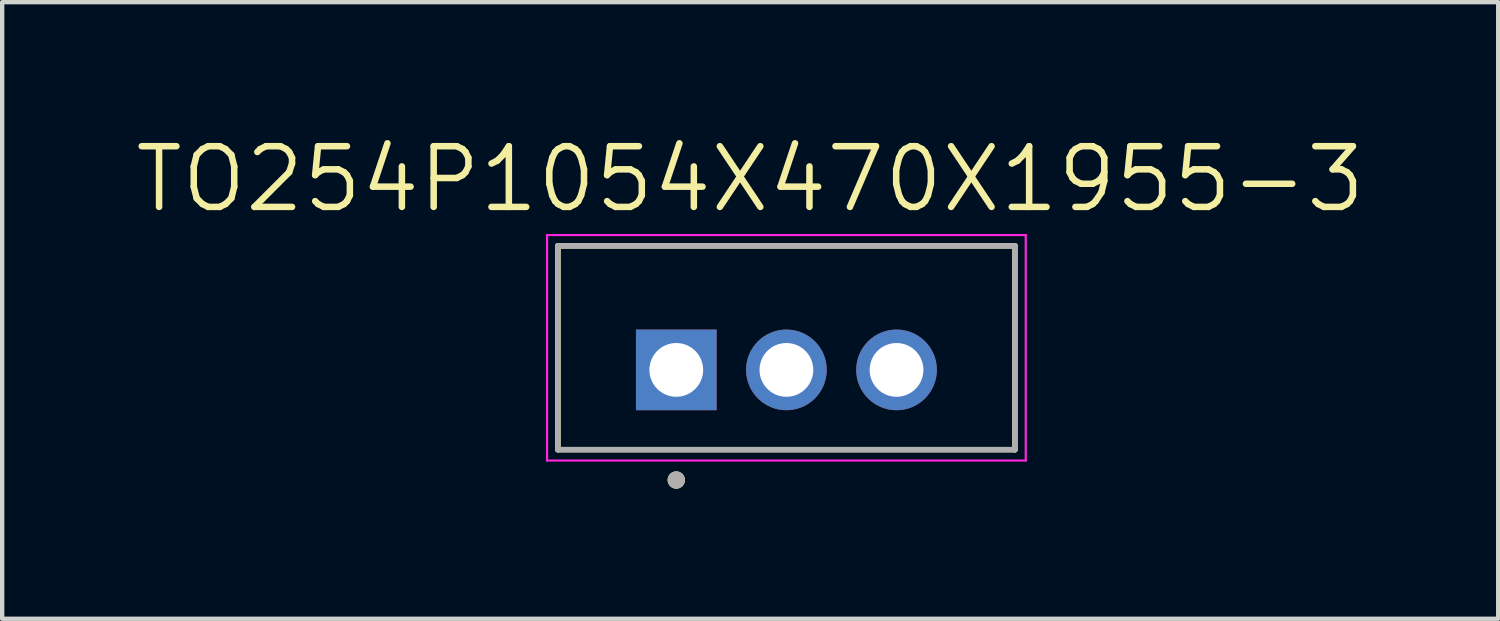
<source format=kicad_pcb>
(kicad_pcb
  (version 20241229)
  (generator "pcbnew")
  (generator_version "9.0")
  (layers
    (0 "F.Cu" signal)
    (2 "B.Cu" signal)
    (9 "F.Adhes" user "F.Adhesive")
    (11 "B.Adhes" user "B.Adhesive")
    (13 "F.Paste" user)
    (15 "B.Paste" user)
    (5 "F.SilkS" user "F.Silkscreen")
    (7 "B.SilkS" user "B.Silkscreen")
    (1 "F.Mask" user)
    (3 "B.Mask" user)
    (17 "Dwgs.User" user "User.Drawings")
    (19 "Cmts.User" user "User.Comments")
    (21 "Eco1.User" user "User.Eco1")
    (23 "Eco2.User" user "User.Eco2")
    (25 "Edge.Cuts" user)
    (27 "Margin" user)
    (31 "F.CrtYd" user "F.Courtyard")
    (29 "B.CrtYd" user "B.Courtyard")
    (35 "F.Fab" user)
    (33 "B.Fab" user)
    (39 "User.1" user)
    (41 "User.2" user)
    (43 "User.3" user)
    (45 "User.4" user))
  (footprint "TO254P1054X470X1955-3"
    (layer "F.Cu")
    (at 15.087 5.481)
    (property "Reference" "TO254P1054X470X1955-3" (at -0.835 -4.399 0) (layer "F.SilkS") (effects (font (size 1.4 1.4) (thickness 0.15))))
    (attr through_hole)
    (fp_line (start -5.27 -2.86) (end -5.27 1.84) (stroke (width 0.127) (type solid)) (layer "F.SilkS"))
    (fp_line (start -5.27 1.84) (end 5.27 1.84) (stroke (width 0.127) (type solid)) (layer "F.SilkS"))
    (fp_line (start 5.27 -2.86) (end -5.27 -2.86) (stroke (width 0.127) (type solid)) (layer "F.SilkS"))
    (fp_line (start 5.27 1.84) (end 5.27 -2.86) (stroke (width 0.127) (type solid)) (layer "F.SilkS"))
    (fp_circle (center -2.54 2.54) (end -2.44 2.54) (stroke (width 0.2) (type solid)) (fill no) (layer "F.SilkS"))
    (fp_line (start -5.52 -3.11) (end -5.52 2.09) (stroke (width 0.05) (type solid)) (layer "F.CrtYd"))
    (fp_line (start -5.52 2.09) (end 5.52 2.09) (stroke (width 0.05) (type solid)) (layer "F.CrtYd"))
    (fp_line (start 5.52 -3.11) (end -5.52 -3.11) (stroke (width 0.05) (type solid)) (layer "F.CrtYd"))
    (fp_line (start 5.52 2.09) (end 5.52 -3.11) (stroke (width 0.05) (type solid)) (layer "F.CrtYd"))
    (fp_line (start -5.27 -2.86) (end -5.27 1.84) (stroke (width 0.127) (type solid)) (layer "F.Fab"))
    (fp_line (start -5.27 1.84) (end 5.27 1.84) (stroke (width 0.127) (type solid)) (layer "F.Fab"))
    (fp_line (start 5.27 -2.86) (end -5.27 -2.86) (stroke (width 0.127) (type solid)) (layer "F.Fab"))
    (fp_line (start 5.27 1.84) (end 5.27 -2.86) (stroke (width 0.127) (type solid)) (layer "F.Fab"))
    (fp_circle (center -2.54 2.54) (end -2.44 2.54) (stroke (width 0.2) (type solid)) (fill no) (layer "F.Fab"))
    (pad "1" thru_hole rect (at -2.54 0) (size 1.86 1.86) (drill 1.24) (layers "*.Cu" "*.Mask"))
    (pad "2" thru_hole circle (at 0 0) (size 1.86 1.86) (drill 1.24) (layers "*.Cu" "*.Mask"))
    (pad "3" thru_hole circle (at 2.54 0) (size 1.86 1.86) (drill 1.24) (layers "*.Cu" "*.Mask")))
  (gr_rect
    (start -3 -3)
    (end 31.503 11.221)
    (stroke (width 0.1) (type default))
    (fill no)
    (layer "Edge.Cuts")))
</source>
